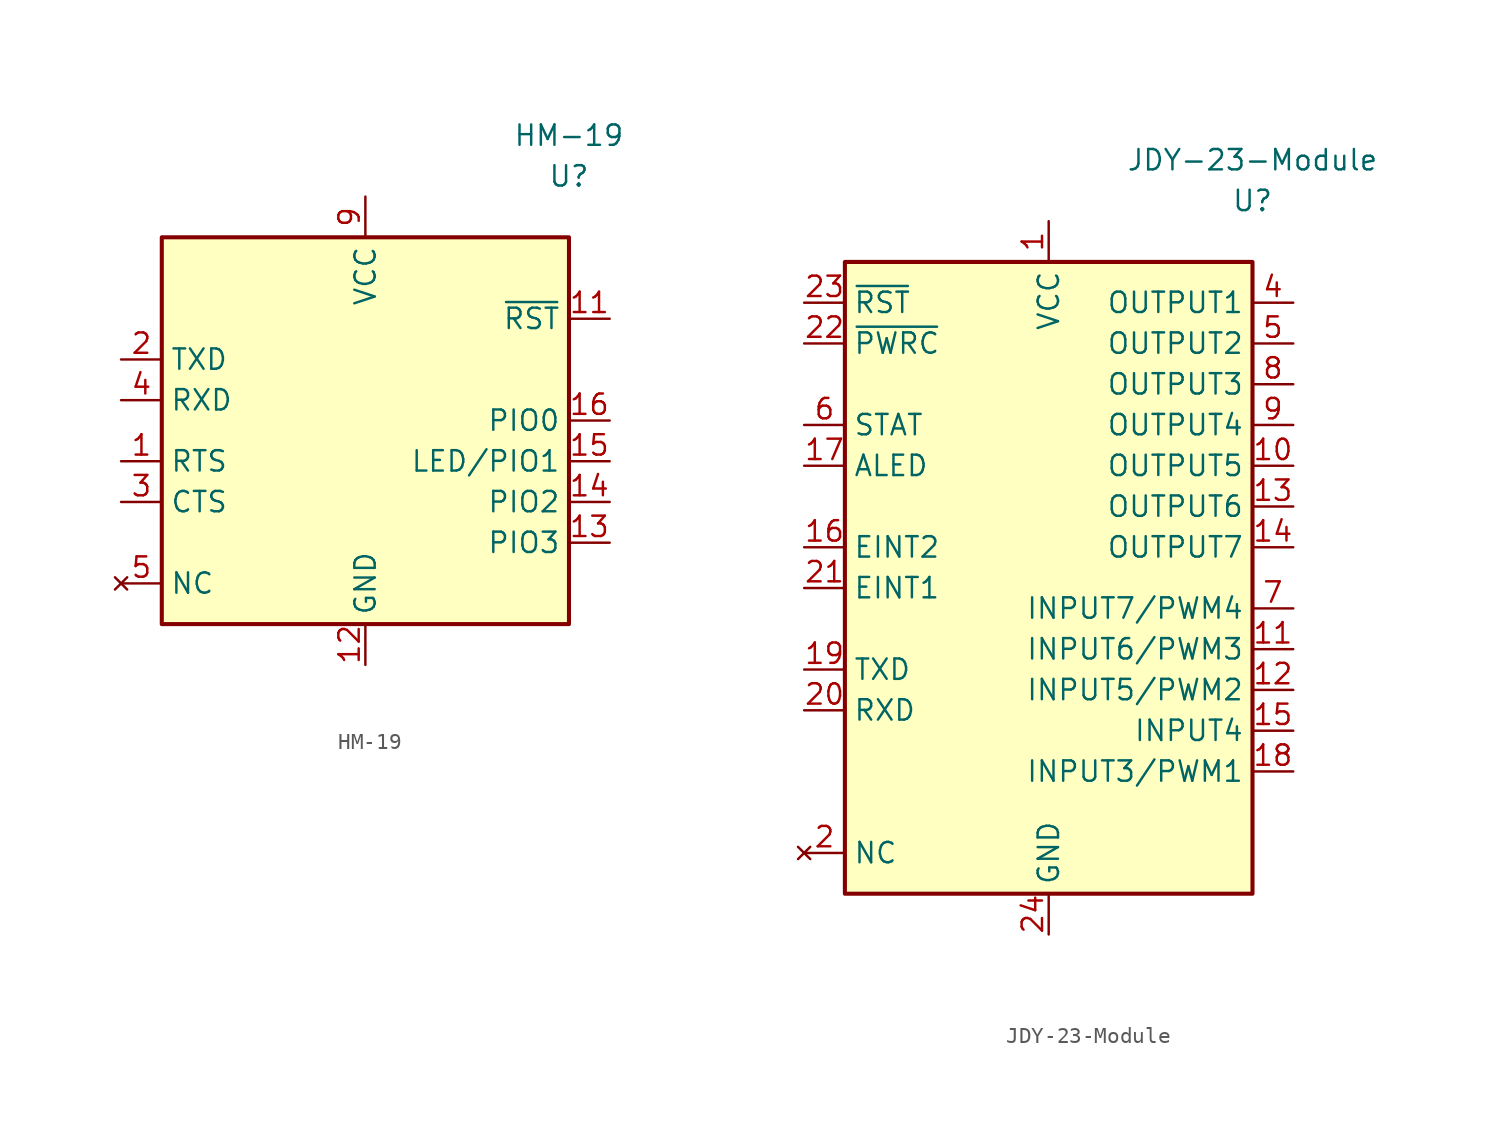
<source format=kicad_sym>
(kicad_symbol_lib
  (version 20211014)
  (generator kicad_symbol_editor)
  (symbol "HM-19"
    (property "Reference" "U"
      (at 12.7 8.89 0)
      (effects (font (size 1.27 1.27))))
    (property "Value" "HM-19"
      (at 12.7 11.43 0)
      (effects (font (size 1.27 1.27))))
    (symbol "HM-19_0_1"
      (rectangle (start -12.7 5.08) (end 12.7 -19.05) (stroke (width 0.254) (type default) (color 0 0 0 0)) (fill (type background))))
    (symbol "HM-19_1_1"
      (pin bidirectional line (at -15.24 -8.89 0) (length 2.54) (name "RTS" (effects (font (size 1.27 1.27)))) (number "1" (effects (font (size 1.27 1.27)))))
      (pin no_connect line (at -15.24 -16.51 0) (length 2.54) hide (name "NC" (effects (font (size 1.27 1.27)))) (number "10" (effects (font (size 1.27 1.27)))))
      (pin input line (at 15.24 0 180) (length 2.54) (name "~{RST}" (effects (font (size 1.27 1.27)))) (number "11" (effects (font (size 1.27 1.27)))))
      (pin power_in line (at 0 -21.59 90) (length 2.54) (name "GND" (effects (font (size 1.27 1.27)))) (number "12" (effects (font (size 1.27 1.27)))))
      (pin bidirectional line (at 15.24 -13.97 180) (length 2.54) (name "PIO3" (effects (font (size 1.27 1.27)))) (number "13" (effects (font (size 1.27 1.27)))))
      (pin bidirectional line (at 15.24 -11.43 180) (length 2.54) (name "PIO2" (effects (font (size 1.27 1.27)))) (number "14" (effects (font (size 1.27 1.27)))))
      (pin bidirectional line (at 15.24 -8.89 180) (length 2.54) (name "LED/PIO1" (effects (font (size 1.27 1.27)))) (number "15" (effects (font (size 1.27 1.27)))))
      (pin bidirectional line (at 15.24 -6.35 180) (length 2.54) (name "PIO0" (effects (font (size 1.27 1.27)))) (number "16" (effects (font (size 1.27 1.27)))))
      (pin bidirectional line (at -15.24 -2.54 0) (length 2.54) (name "TXD" (effects (font (size 1.27 1.27)))) (number "2" (effects (font (size 1.27 1.27)))))
      (pin bidirectional line (at -15.24 -11.43 0) (length 2.54) (name "CTS" (effects (font (size 1.27 1.27)))) (number "3" (effects (font (size 1.27 1.27)))))
      (pin bidirectional line (at -15.24 -5.08 0) (length 2.54) (name "RXD" (effects (font (size 1.27 1.27)))) (number "4" (effects (font (size 1.27 1.27)))))
      (pin no_connect line (at -15.24 -16.51 0) (length 2.54) (name "NC" (effects (font (size 1.27 1.27)))) (number "5" (effects (font (size 1.27 1.27)))))
      (pin no_connect line (at -15.24 -16.51 0) (length 2.54) hide (name "NC" (effects (font (size 1.27 1.27)))) (number "6" (effects (font (size 1.27 1.27)))))
      (pin no_connect line (at -15.24 -16.51 0) (length 2.54) hide (name "NC" (effects (font (size 1.27 1.27)))) (number "7" (effects (font (size 1.27 1.27)))))
      (pin no_connect line (at -15.24 -16.51 0) (length 2.54) hide (name "NC" (effects (font (size 1.27 1.27)))) (number "8" (effects (font (size 1.27 1.27)))))
      (pin power_in line (at 0 7.62 270) (length 2.54) (name "VCC" (effects (font (size 1.27 1.27)))) (number "9" (effects (font (size 1.27 1.27)))))))
  (symbol "JDY-23-Module"
    (property "Reference" "U"
      (at 12.7 8.89 0)
      (effects (font (size 1.27 1.27))))
    (property "Value" "JDY-23-Module"
      (at 12.7 11.43 0)
      (effects (font (size 1.27 1.27))))
    (symbol "JDY-23-Module_0_1"
      (rectangle (start -12.7 5.08) (end 12.7 -34.29) (stroke (width 0.254) (type default) (color 0 0 0 0)) (fill (type background))))
    (symbol "JDY-23-Module_1_1"
      (pin power_in line (at 0 7.62 270) (length 2.54) (name "VCC" (effects (font (size 1.27 1.27)))) (number "1" (effects (font (size 1.27 1.27)))))
      (pin output line (at 15.24 -7.62 180) (length 2.54) (name "OUTPUT5" (effects (font (size 1.27 1.27)))) (number "10" (effects (font (size 1.27 1.27)))))
      (pin bidirectional line (at 15.24 -19.05 180) (length 2.54) (name "INPUT6/PWM3" (effects (font (size 1.27 1.27)))) (number "11" (effects (font (size 1.27 1.27)))))
      (pin bidirectional line (at 15.24 -21.59 180) (length 2.54) (name "INPUT5/PWM2" (effects (font (size 1.27 1.27)))) (number "12" (effects (font (size 1.27 1.27)))))
      (pin output line (at 15.24 -10.16 180) (length 2.54) (name "OUTPUT6" (effects (font (size 1.27 1.27)))) (number "13" (effects (font (size 1.27 1.27)))))
      (pin output line (at 15.24 -12.7 180) (length 2.54) (name "OUTPUT7" (effects (font (size 1.27 1.27)))) (number "14" (effects (font (size 1.27 1.27)))))
      (pin bidirectional line (at 15.24 -24.13 180) (length 2.54) (name "INPUT4" (effects (font (size 1.27 1.27)))) (number "15" (effects (font (size 1.27 1.27)))))
      (pin input line (at -15.24 -12.7 0) (length 2.54) (name "EINT2" (effects (font (size 1.27 1.27)))) (number "16" (effects (font (size 1.27 1.27)))))
      (pin output line (at -15.24 -7.62 0) (length 2.54) (name "ALED" (effects (font (size 1.27 1.27)))) (number "17" (effects (font (size 1.27 1.27)))))
      (pin bidirectional line (at 15.24 -26.67 180) (length 2.54) (name "INPUT3/PWM1" (effects (font (size 1.27 1.27)))) (number "18" (effects (font (size 1.27 1.27)))))
      (pin bidirectional line (at -15.24 -20.32 0) (length 2.54) (name "TXD" (effects (font (size 1.27 1.27)))) (number "19" (effects (font (size 1.27 1.27)))))
      (pin no_connect line (at -15.24 -31.75 0) (length 2.54) (name "NC" (effects (font (size 1.27 1.27)))) (number "2" (effects (font (size 1.27 1.27)))))
      (pin bidirectional line (at -15.24 -22.86 0) (length 2.54) (name "RXD" (effects (font (size 1.27 1.27)))) (number "20" (effects (font (size 1.27 1.27)))))
      (pin input line (at -15.24 -15.24 0) (length 2.54) (name "EINT1" (effects (font (size 1.27 1.27)))) (number "21" (effects (font (size 1.27 1.27)))))
      (pin input line (at -15.24 0 0) (length 2.54) (name "~{PWRC}" (effects (font (size 1.27 1.27)))) (number "22" (effects (font (size 1.27 1.27)))))
      (pin input line (at -15.24 2.54 0) (length 2.54) (name "~{RST}" (effects (font (size 1.27 1.27)))) (number "23" (effects (font (size 1.27 1.27)))))
      (pin power_in line (at 0 -36.83 90) (length 2.54) (name "GND" (effects (font (size 1.27 1.27)))) (number "24" (effects (font (size 1.27 1.27)))))
      (pin no_connect line (at -15.24 -31.75 0) (length 2.54) hide (name "NC" (effects (font (size 1.27 1.27)))) (number "3" (effects (font (size 1.27 1.27)))))
      (pin output line (at 15.24 2.54 180) (length 2.54) (name "OUTPUT1" (effects (font (size 1.27 1.27)))) (number "4" (effects (font (size 1.27 1.27)))))
      (pin output line (at 15.24 0 180) (length 2.54) (name "OUTPUT2" (effects (font (size 1.27 1.27)))) (number "5" (effects (font (size 1.27 1.27)))))
      (pin output line (at -15.24 -5.08 0) (length 2.54) (name "STAT" (effects (font (size 1.27 1.27)))) (number "6" (effects (font (size 1.27 1.27)))))
      (pin bidirectional line (at 15.24 -16.51 180) (length 2.54) (name "INPUT7/PWM4" (effects (font (size 1.27 1.27)))) (number "7" (effects (font (size 1.27 1.27)))))
      (pin output line (at 15.24 -2.54 180) (length 2.54) (name "OUTPUT3" (effects (font (size 1.27 1.27)))) (number "8" (effects (font (size 1.27 1.27)))))
      (pin output line (at 15.24 -5.08 180) (length 2.54) (name "OUTPUT4" (effects (font (size 1.27 1.27)))) (number "9" (effects (font (size 1.27 1.27))))))))
</source>
